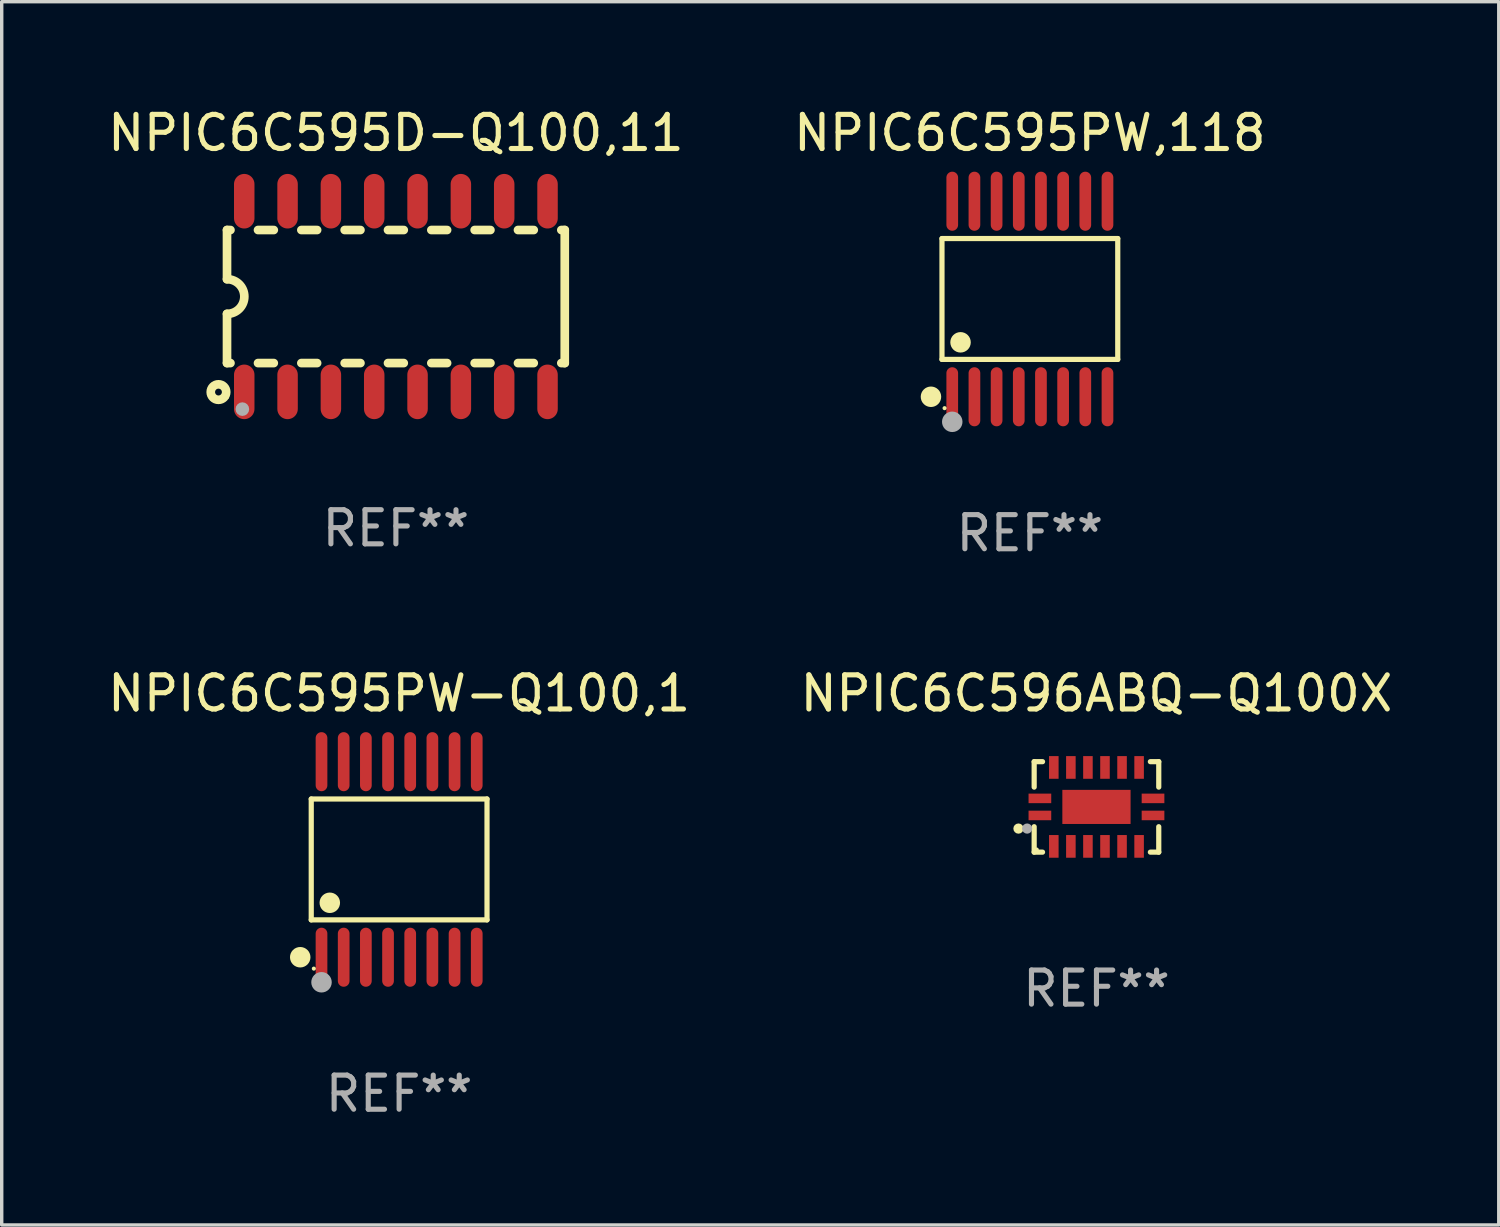
<source format=kicad_pcb>
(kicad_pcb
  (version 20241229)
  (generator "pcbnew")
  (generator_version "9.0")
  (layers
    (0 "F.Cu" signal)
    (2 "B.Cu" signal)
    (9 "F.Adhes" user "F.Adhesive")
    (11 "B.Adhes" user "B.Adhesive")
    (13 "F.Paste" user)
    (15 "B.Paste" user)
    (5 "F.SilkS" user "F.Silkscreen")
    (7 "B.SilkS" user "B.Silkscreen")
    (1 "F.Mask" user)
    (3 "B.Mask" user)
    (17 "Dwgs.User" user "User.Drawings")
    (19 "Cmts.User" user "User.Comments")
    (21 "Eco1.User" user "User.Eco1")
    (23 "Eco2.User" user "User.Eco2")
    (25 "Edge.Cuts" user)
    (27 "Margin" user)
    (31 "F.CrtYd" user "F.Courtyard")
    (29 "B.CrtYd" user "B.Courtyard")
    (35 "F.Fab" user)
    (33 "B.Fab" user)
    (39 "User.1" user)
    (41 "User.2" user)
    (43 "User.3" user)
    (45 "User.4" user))
  (footprint "NPIC6C595PW-Q100,1"
    (layer "F.Cu")
    (at 8.649 22.142)
    (property "Reference" "NPIC6C595PW-Q100,1" (at 0 -4.866 0) (layer "F.SilkS") (effects (font (size 1 1) (thickness 0.15))))
    (attr through_hole)
    (fp_line (start -2.576 -1.772) (end 2.576 -1.772) (stroke (width 0.152) (type solid)) (layer "F.SilkS"))
    (fp_line (start -2.576 1.771) (end -2.576 -1.772) (stroke (width 0.152) (type solid)) (layer "F.SilkS"))
    (fp_line (start 2.576 -1.772) (end 2.576 1.771) (stroke (width 0.152) (type solid)) (layer "F.SilkS"))
    (fp_line (start 2.576 1.771) (end -2.576 1.771) (stroke (width 0.152) (type solid)) (layer "F.SilkS"))
    (fp_circle (center -2.899 2.866) (end -2.749 2.866) (stroke (width 0.3) (type solid)) (fill no) (layer "F.SilkS"))
    (fp_circle (center -2.5 3.2) (end -2.47 3.2) (stroke (width 0.06) (type solid)) (fill no) (layer "F.SilkS"))
    (fp_circle (center -2.032 1.27) (end -1.882 1.27) (stroke (width 0.3) (type solid)) (fill no) (layer "F.SilkS"))
    (fp_circle (center -2.275 3.6) (end -2.125 3.6) (stroke (width 0.3) (type solid)) (fill no) (layer "F.Fab"))
    (fp_text user "REF**" (at 0 6.866 0) (layer "F.Fab") (effects (font (size 1 1) (thickness 0.15))))
    (pad "1" smd oval (at -2.275 2.866) (size 0.343 1.731) (layers "F.Cu" "F.Mask" "F.Paste"))
    (pad "2" smd oval (at -1.625 2.866) (size 0.343 1.731) (layers "F.Cu" "F.Mask" "F.Paste"))
    (pad "3" smd oval (at -0.975 2.866) (size 0.343 1.731) (layers "F.Cu" "F.Mask" "F.Paste"))
    (pad "4" smd oval (at -0.325 2.866) (size 0.343 1.731) (layers "F.Cu" "F.Mask" "F.Paste"))
    (pad "5" smd oval (at 0.325 2.866) (size 0.343 1.731) (layers "F.Cu" "F.Mask" "F.Paste"))
    (pad "6" smd oval (at 0.975 2.866) (size 0.343 1.731) (layers "F.Cu" "F.Mask" "F.Paste"))
    (pad "7" smd oval (at 1.625 2.866) (size 0.343 1.731) (layers "F.Cu" "F.Mask" "F.Paste"))
    (pad "8" smd oval (at 2.275 2.866) (size 0.343 1.731) (layers "F.Cu" "F.Mask" "F.Paste"))
    (pad "9" smd oval (at 2.275 -2.866) (size 0.343 1.731) (layers "F.Cu" "F.Mask" "F.Paste"))
    (pad "10" smd oval (at 1.625 -2.866) (size 0.343 1.731) (layers "F.Cu" "F.Mask" "F.Paste"))
    (pad "11" smd oval (at 0.975 -2.866) (size 0.343 1.731) (layers "F.Cu" "F.Mask" "F.Paste"))
    (pad "12" smd oval (at 0.325 -2.866) (size 0.343 1.731) (layers "F.Cu" "F.Mask" "F.Paste"))
    (pad "13" smd oval (at -0.325 -2.866) (size 0.343 1.731) (layers "F.Cu" "F.Mask" "F.Paste"))
    (pad "14" smd oval (at -0.975 -2.866) (size 0.343 1.731) (layers "F.Cu" "F.Mask" "F.Paste"))
    (pad "15" smd oval (at -1.625 -2.866) (size 0.343 1.731) (layers "F.Cu" "F.Mask" "F.Paste"))
    (pad "16" smd oval (at -2.275 -2.866) (size 0.343 1.731) (layers "F.Cu" "F.Mask" "F.Paste")))
  (footprint "NPIC6C595PW,118"
    (layer "F.Cu")
    (at 27.137 5.714)
    (property "Reference" "NPIC6C595PW,118" (at 0 -4.866 0) (layer "F.SilkS") (effects (font (size 1 1) (thickness 0.15))))
    (attr through_hole)
    (fp_line (start -2.576 -1.772) (end 2.576 -1.772) (stroke (width 0.152) (type solid)) (layer "F.SilkS"))
    (fp_line (start -2.576 1.771) (end -2.576 -1.772) (stroke (width 0.152) (type solid)) (layer "F.SilkS"))
    (fp_line (start 2.576 -1.772) (end 2.576 1.771) (stroke (width 0.152) (type solid)) (layer "F.SilkS"))
    (fp_line (start 2.576 1.771) (end -2.576 1.771) (stroke (width 0.152) (type solid)) (layer "F.SilkS"))
    (fp_circle (center -2.899 2.866) (end -2.749 2.866) (stroke (width 0.3) (type solid)) (fill no) (layer "F.SilkS"))
    (fp_circle (center -2.5 3.2) (end -2.47 3.2) (stroke (width 0.06) (type solid)) (fill no) (layer "F.SilkS"))
    (fp_circle (center -2.032 1.27) (end -1.882 1.27) (stroke (width 0.3) (type solid)) (fill no) (layer "F.SilkS"))
    (fp_circle (center -2.275 3.6) (end -2.125 3.6) (stroke (width 0.3) (type solid)) (fill no) (layer "F.Fab"))
    (fp_text user "REF**" (at 0 6.866 0) (layer "F.Fab") (effects (font (size 1 1) (thickness 0.15))))
    (pad "1" smd oval (at -2.275 2.866) (size 0.343 1.731) (layers "F.Cu" "F.Mask" "F.Paste"))
    (pad "2" smd oval (at -1.625 2.866) (size 0.343 1.731) (layers "F.Cu" "F.Mask" "F.Paste"))
    (pad "3" smd oval (at -0.975 2.866) (size 0.343 1.731) (layers "F.Cu" "F.Mask" "F.Paste"))
    (pad "4" smd oval (at -0.325 2.866) (size 0.343 1.731) (layers "F.Cu" "F.Mask" "F.Paste"))
    (pad "5" smd oval (at 0.325 2.866) (size 0.343 1.731) (layers "F.Cu" "F.Mask" "F.Paste"))
    (pad "6" smd oval (at 0.975 2.866) (size 0.343 1.731) (layers "F.Cu" "F.Mask" "F.Paste"))
    (pad "7" smd oval (at 1.625 2.866) (size 0.343 1.731) (layers "F.Cu" "F.Mask" "F.Paste"))
    (pad "8" smd oval (at 2.275 2.866) (size 0.343 1.731) (layers "F.Cu" "F.Mask" "F.Paste"))
    (pad "9" smd oval (at 2.275 -2.866) (size 0.343 1.731) (layers "F.Cu" "F.Mask" "F.Paste"))
    (pad "10" smd oval (at 1.625 -2.866) (size 0.343 1.731) (layers "F.Cu" "F.Mask" "F.Paste"))
    (pad "11" smd oval (at 0.975 -2.866) (size 0.343 1.731) (layers "F.Cu" "F.Mask" "F.Paste"))
    (pad "12" smd oval (at 0.325 -2.866) (size 0.343 1.731) (layers "F.Cu" "F.Mask" "F.Paste"))
    (pad "13" smd oval (at -0.325 -2.866) (size 0.343 1.731) (layers "F.Cu" "F.Mask" "F.Paste"))
    (pad "14" smd oval (at -0.975 -2.866) (size 0.343 1.731) (layers "F.Cu" "F.Mask" "F.Paste"))
    (pad "15" smd oval (at -1.625 -2.866) (size 0.343 1.731) (layers "F.Cu" "F.Mask" "F.Paste"))
    (pad "16" smd oval (at -2.275 -2.866) (size 0.343 1.731) (layers "F.Cu" "F.Mask" "F.Paste")))
  (footprint "NPIC6C595D-Q100,11"
    (layer "F.Cu")
    (at 8.554 5.642)
    (property "Reference" "NPIC6C595D-Q100,11" (at 0 -4.794 0) (layer "F.SilkS") (effects (font (size 1 1) (thickness 0.15))))
    (attr through_hole)
    (fp_line (start -4.95 -1.95) (end -4.95 -0.508) (stroke (width 0.254) (type solid)) (layer "F.SilkS"))
    (fp_line (start -4.95 -1.95) (end -4.849 -1.95) (stroke (width 0.254) (type solid)) (layer "F.SilkS"))
    (fp_line (start -4.95 1.95) (end -4.95 0.508) (stroke (width 0.254) (type solid)) (layer "F.SilkS"))
    (fp_line (start -4.95 1.95) (end -4.849 1.95) (stroke (width 0.254) (type solid)) (layer "F.SilkS"))
    (fp_line (start -4.041 -1.95) (end -3.579 -1.95) (stroke (width 0.254) (type solid)) (layer "F.SilkS"))
    (fp_line (start -4.041 1.95) (end -3.579 1.95) (stroke (width 0.254) (type solid)) (layer "F.SilkS"))
    (fp_line (start -2.771 -1.95) (end -2.309 -1.95) (stroke (width 0.254) (type solid)) (layer "F.SilkS"))
    (fp_line (start -2.771 1.95) (end -2.309 1.95) (stroke (width 0.254) (type solid)) (layer "F.SilkS"))
    (fp_line (start -1.501 -1.95) (end -1.039 -1.95) (stroke (width 0.254) (type solid)) (layer "F.SilkS"))
    (fp_line (start -1.501 1.95) (end -1.039 1.95) (stroke (width 0.254) (type solid)) (layer "F.SilkS"))
    (fp_line (start -0.231 -1.95) (end 0.231 -1.95) (stroke (width 0.254) (type solid)) (layer "F.SilkS"))
    (fp_line (start -0.231 1.95) (end 0.231 1.95) (stroke (width 0.254) (type solid)) (layer "F.SilkS"))
    (fp_line (start 1.039 -1.95) (end 1.501 -1.95) (stroke (width 0.254) (type solid)) (layer "F.SilkS"))
    (fp_line (start 1.039 1.95) (end 1.501 1.95) (stroke (width 0.254) (type solid)) (layer "F.SilkS"))
    (fp_line (start 2.309 -1.95) (end 2.771 -1.95) (stroke (width 0.254) (type solid)) (layer "F.SilkS"))
    (fp_line (start 2.309 1.95) (end 2.771 1.95) (stroke (width 0.254) (type solid)) (layer "F.SilkS"))
    (fp_line (start 3.579 -1.95) (end 4.041 -1.95) (stroke (width 0.254) (type solid)) (layer "F.SilkS"))
    (fp_line (start 3.579 1.95) (end 4.041 1.95) (stroke (width 0.254) (type solid)) (layer "F.SilkS"))
    (fp_line (start 4.849 -1.95) (end 4.95 -1.95) (stroke (width 0.254) (type solid)) (layer "F.SilkS"))
    (fp_line (start 4.849 1.95) (end 4.95 1.95) (stroke (width 0.254) (type solid)) (layer "F.SilkS"))
    (fp_line (start 4.95 -1.95) (end 4.95 1.95) (stroke (width 0.254) (type solid)) (layer "F.SilkS"))
    (fp_arc (start -4.95047 -0.508001) (mid -4.442469 -0.000228) (end -4.950013 0.508001) (stroke (width 0.254001) (type solid)) (layer "F.SilkS"))
    (fp_circle (center -5.2 2.8) (end -5.1 2.8) (stroke (width 0.254) (type solid)) (fill no) (layer "F.SilkS"))
    (fp_circle (center -4.95 2.947) (end -4.92 2.947) (stroke (width 0.06) (type solid)) (fill no) (layer "F.SilkS"))
    (fp_circle (center -4.5 3.3) (end -4.4 3.3) (stroke (width 0.2) (type solid)) (fill no) (layer "F.Fab"))
    (fp_text user "REF**" (at 0 6.794 0) (layer "F.Fab") (effects (font (size 1 1) (thickness 0.15))))
    (pad "1" smd oval (at -4.445 2.794) (size 0.6 1.6) (layers "F.Cu" "F.Mask" "F.Paste"))
    (pad "2" smd oval (at -3.175 2.794) (size 0.6 1.6) (layers "F.Cu" "F.Mask" "F.Paste"))
    (pad "3" smd oval (at -1.905 2.794) (size 0.6 1.6) (layers "F.Cu" "F.Mask" "F.Paste"))
    (pad "4" smd oval (at -0.635 2.794) (size 0.6 1.6) (layers "F.Cu" "F.Mask" "F.Paste"))
    (pad "5" smd oval (at 0.635 2.794) (size 0.6 1.6) (layers "F.Cu" "F.Mask" "F.Paste"))
    (pad "6" smd oval (at 1.905 2.794) (size 0.6 1.6) (layers "F.Cu" "F.Mask" "F.Paste"))
    (pad "7" smd oval (at 3.175 2.794) (size 0.6 1.6) (layers "F.Cu" "F.Mask" "F.Paste"))
    (pad "8" smd oval (at 4.445 2.794) (size 0.6 1.6) (layers "F.Cu" "F.Mask" "F.Paste"))
    (pad "9" smd oval (at 4.445 -2.794) (size 0.6 1.6) (layers "F.Cu" "F.Mask" "F.Paste"))
    (pad "10" smd oval (at 3.175 -2.794) (size 0.6 1.6) (layers "F.Cu" "F.Mask" "F.Paste"))
    (pad "11" smd oval (at 1.905 -2.794) (size 0.6 1.6) (layers "F.Cu" "F.Mask" "F.Paste"))
    (pad "12" smd oval (at 0.635 -2.794) (size 0.6 1.6) (layers "F.Cu" "F.Mask" "F.Paste"))
    (pad "13" smd oval (at -0.635 -2.794) (size 0.6 1.6) (layers "F.Cu" "F.Mask" "F.Paste"))
    (pad "14" smd oval (at -1.905 -2.794) (size 0.6 1.6) (layers "F.Cu" "F.Mask" "F.Paste"))
    (pad "15" smd oval (at -3.175 -2.794) (size 0.6 1.6) (layers "F.Cu" "F.Mask" "F.Paste"))
    (pad "16" smd oval (at -4.445 -2.794) (size 0.6 1.6) (layers "F.Cu" "F.Mask" "F.Paste")))
  (footprint "NPIC6C596ABQ-Q100X"
    (layer "F.Cu")
    (at 29.089 20.602)
    (property "Reference" "NPIC6C596ABQ-Q100X" (at 0 -3.326 0) (layer "F.SilkS") (effects (font (size 1 1) (thickness 0.15))))
    (attr through_hole)
    (fp_line (start -1.826 -1.326) (end -1.58 -1.326) (stroke (width 0.152) (type solid)) (layer "F.SilkS"))
    (fp_line (start -1.826 -0.58) (end -1.826 -1.326) (stroke (width 0.152) (type solid)) (layer "F.SilkS"))
    (fp_line (start -1.826 0.58) (end -1.826 1.326) (stroke (width 0.152) (type solid)) (layer "F.SilkS"))
    (fp_line (start -1.826 1.326) (end -1.58 1.326) (stroke (width 0.152) (type solid)) (layer "F.SilkS"))
    (fp_line (start 1.826 -1.326) (end 1.58 -1.326) (stroke (width 0.152) (type solid)) (layer "F.SilkS"))
    (fp_line (start 1.826 -0.58) (end 1.826 -1.326) (stroke (width 0.152) (type solid)) (layer "F.SilkS"))
    (fp_line (start 1.826 0.58) (end 1.826 1.326) (stroke (width 0.152) (type solid)) (layer "F.SilkS"))
    (fp_line (start 1.826 1.326) (end 1.58 1.326) (stroke (width 0.152) (type solid)) (layer "F.SilkS"))
    (fp_circle (center -2.286 0.635) (end -2.211 0.635) (stroke (width 0.15) (type solid)) (fill no) (layer "F.SilkS"))
    (fp_circle (center -1.75 1.25) (end -1.72 1.25) (stroke (width 0.06) (type solid)) (fill no) (layer "F.SilkS"))
    (fp_circle (center -2.032 0.635) (end -1.957 0.635) (stroke (width 0.15) (type solid)) (fill no) (layer "F.Fab"))
    (fp_text user "REF**" (at 0 5.326 0) (layer "F.Fab") (effects (font (size 1 1) (thickness 0.15))))
    (pad "1" smd rect (at -1.658 0.25) (size 0.665 0.28) (layers "F.Cu" "F.Mask" "F.Paste"))
    (pad "2" smd rect (at -1.25 1.157) (size 0.28 0.665) (layers "F.Cu" "F.Mask" "F.Paste"))
    (pad "3" smd rect (at -0.75 1.157) (size 0.28 0.665) (layers "F.Cu" "F.Mask" "F.Paste"))
    (pad "4" smd rect (at -0.25 1.157) (size 0.28 0.665) (layers "F.Cu" "F.Mask" "F.Paste"))
    (pad "5" smd rect (at 0.25 1.157) (size 0.28 0.665) (layers "F.Cu" "F.Mask" "F.Paste"))
    (pad "6" smd rect (at 0.75 1.157) (size 0.28 0.665) (layers "F.Cu" "F.Mask" "F.Paste"))
    (pad "7" smd rect (at 1.25 1.157) (size 0.28 0.665) (layers "F.Cu" "F.Mask" "F.Paste"))
    (pad "8" smd rect (at 1.658 0.25) (size 0.665 0.28) (layers "F.Cu" "F.Mask" "F.Paste"))
    (pad "9" smd rect (at 1.658 -0.25) (size 0.665 0.28) (layers "F.Cu" "F.Mask" "F.Paste"))
    (pad "10" smd rect (at 1.25 -1.157) (size 0.28 0.665) (layers "F.Cu" "F.Mask" "F.Paste"))
    (pad "11" smd rect (at 0.75 -1.157) (size 0.28 0.665) (layers "F.Cu" "F.Mask" "F.Paste"))
    (pad "12" smd rect (at 0.25 -1.157) (size 0.28 0.665) (layers "F.Cu" "F.Mask" "F.Paste"))
    (pad "13" smd rect (at -0.25 -1.157) (size 0.28 0.665) (layers "F.Cu" "F.Mask" "F.Paste"))
    (pad "14" smd rect (at -0.75 -1.157) (size 0.28 0.665) (layers "F.Cu" "F.Mask" "F.Paste"))
    (pad "15" smd rect (at -1.25 -1.157) (size 0.28 0.665) (layers "F.Cu" "F.Mask" "F.Paste"))
    (pad "16" smd rect (at -1.658 -0.25) (size 0.665 0.28) (layers "F.Cu" "F.Mask" "F.Paste"))
    (pad "17" smd rect (at 0 0) (size 2 1) (layers "F.Cu" "F.Mask" "F.Paste")))
  (gr_rect
    (start -3 -3)
    (end 40.881 32.856)
    (stroke (width 0.1) (type default))
    (fill no)
    (layer "Edge.Cuts")))
</source>
